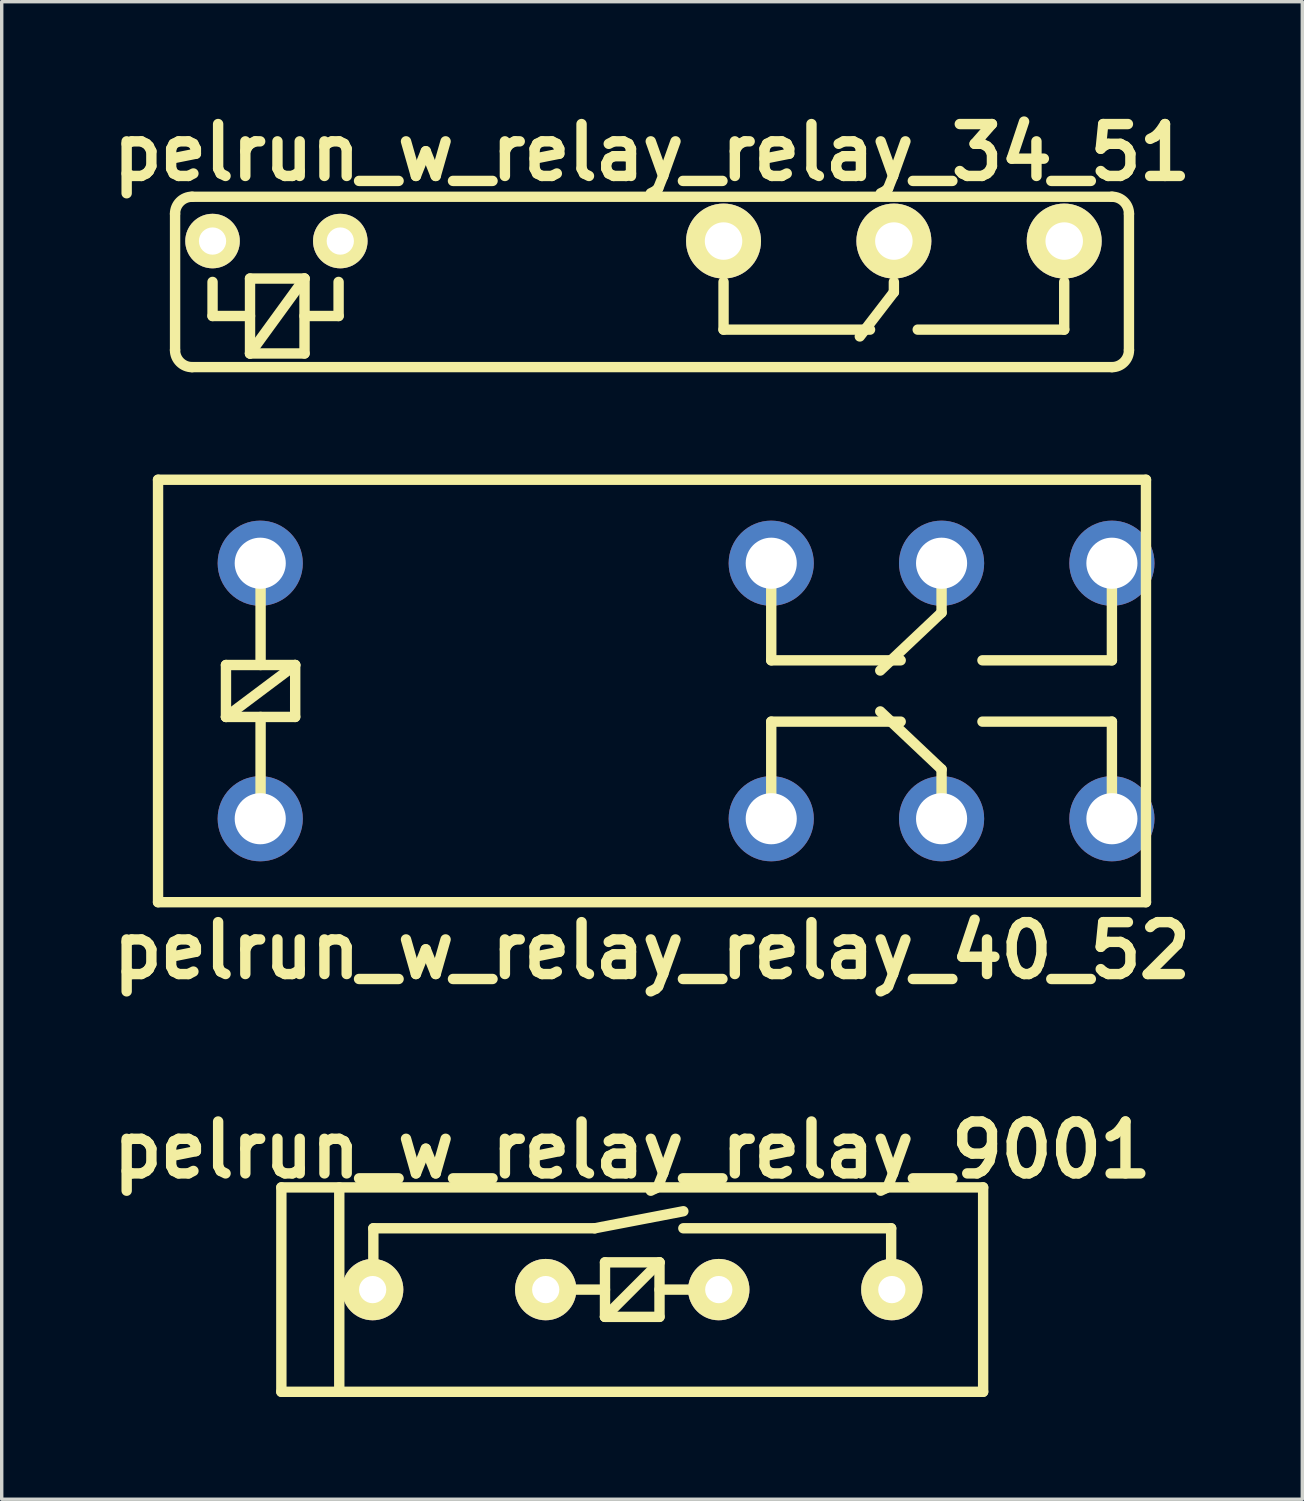
<source format=kicad_pcb>
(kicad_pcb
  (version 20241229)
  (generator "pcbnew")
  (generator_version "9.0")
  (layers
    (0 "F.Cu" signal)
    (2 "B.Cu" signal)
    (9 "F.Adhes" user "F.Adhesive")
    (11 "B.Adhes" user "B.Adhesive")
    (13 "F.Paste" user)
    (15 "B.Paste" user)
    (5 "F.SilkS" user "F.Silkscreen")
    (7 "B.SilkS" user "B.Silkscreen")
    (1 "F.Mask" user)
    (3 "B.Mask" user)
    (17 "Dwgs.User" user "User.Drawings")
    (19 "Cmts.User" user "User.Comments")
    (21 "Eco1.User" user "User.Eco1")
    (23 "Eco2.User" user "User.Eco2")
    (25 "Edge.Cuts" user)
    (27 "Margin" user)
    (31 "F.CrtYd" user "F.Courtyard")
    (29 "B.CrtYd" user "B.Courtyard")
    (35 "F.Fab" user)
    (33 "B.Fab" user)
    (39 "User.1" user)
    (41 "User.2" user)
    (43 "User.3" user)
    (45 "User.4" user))
  (footprint "pelrun_w_relay_relay_40_52"
    (layer "F.Cu")
    (at 16.089 17.233)
    (property "Reference" "pelrun_w_relay_relay_40_52" (at 0 7.62 0) (layer "F.SilkS") (effects (font (size 1.524 1.524) (thickness 0.305))))
    (attr through_hole)
    (fp_line (start -14.5 -6.2) (end -14.5 6.2) (stroke (width 0.305) (type solid)) (layer "F.SilkS"))
    (fp_line (start -14.5 -6.2) (end 14.5 -6.2) (stroke (width 0.305) (type solid)) (layer "F.SilkS"))
    (fp_line (start -14.5 6.2) (end 14.5 6.2) (stroke (width 0.305) (type solid)) (layer "F.SilkS"))
    (fp_line (start -12.506 -0.762) (end -10.474 -0.762) (stroke (width 0.305) (type solid)) (layer "F.SilkS"))
    (fp_line (start -12.506 0.762) (end -12.506 -0.762) (stroke (width 0.305) (type solid)) (layer "F.SilkS"))
    (fp_line (start -12.506 0.762) (end -10.474 -0.762) (stroke (width 0.305) (type solid)) (layer "F.SilkS"))
    (fp_line (start -11.49 -3.81) (end -11.49 -0.762) (stroke (width 0.305) (type solid)) (layer "F.SilkS"))
    (fp_line (start -11.49 3.81) (end -11.49 0.762) (stroke (width 0.305) (type solid)) (layer "F.SilkS"))
    (fp_line (start -10.474 -0.762) (end -10.474 0.762) (stroke (width 0.305) (type solid)) (layer "F.SilkS"))
    (fp_line (start -10.474 0.762) (end -12.506 0.762) (stroke (width 0.305) (type solid)) (layer "F.SilkS"))
    (fp_line (start 3.5 -3.7) (end 3.5 -0.9) (stroke (width 0.305) (type solid)) (layer "F.SilkS"))
    (fp_line (start 3.5 -0.9) (end 7.3 -0.9) (stroke (width 0.305) (type solid)) (layer "F.SilkS"))
    (fp_line (start 3.5 0.9) (end 7.3 0.9) (stroke (width 0.305) (type solid)) (layer "F.SilkS"))
    (fp_line (start 3.5 3.7) (end 3.5 0.9) (stroke (width 0.305) (type solid)) (layer "F.SilkS"))
    (fp_line (start 8.5 -3.7) (end 8.5 -2.3) (stroke (width 0.305) (type solid)) (layer "F.SilkS"))
    (fp_line (start 8.5 -2.3) (end 6.7 -0.6) (stroke (width 0.305) (type solid)) (layer "F.SilkS"))
    (fp_line (start 8.5 2.3) (end 6.7 0.6) (stroke (width 0.305) (type solid)) (layer "F.SilkS"))
    (fp_line (start 8.5 3.7) (end 8.5 2.3) (stroke (width 0.305) (type solid)) (layer "F.SilkS"))
    (fp_line (start 9.7 -0.9) (end 13.5 -0.9) (stroke (width 0.305) (type solid)) (layer "F.SilkS"))
    (fp_line (start 9.7 0.9) (end 13.5 0.9) (stroke (width 0.305) (type solid)) (layer "F.SilkS"))
    (fp_line (start 13.5 -3.7) (end 13.5 -0.9) (stroke (width 0.305) (type solid)) (layer "F.SilkS"))
    (fp_line (start 13.5 3.7) (end 13.5 0.9) (stroke (width 0.305) (type solid)) (layer "F.SilkS"))
    (fp_line (start 14.5 -6.2) (end 14.5 6.2) (stroke (width 0.305) (type solid)) (layer "F.SilkS"))
    (pad "1" thru_hole circle (at -11.5 3.75) (size 2.5 2.5) (drill 1.5) (layers "*.Cu" "*.Mask"))
    (pad "2" thru_hole circle (at -11.5 -3.75) (size 2.5 2.5) (drill 1.5) (layers "*.Cu" "*.Mask"))
    (pad "11" thru_hole circle (at 8.5 3.75) (size 2.5 2.5) (drill 1.5) (layers "*.Cu" "*.Mask"))
    (pad "12" thru_hole circle (at 3.5 3.75) (size 2.5 2.5) (drill 1.5) (layers "*.Cu" "*.Mask"))
    (pad "14" thru_hole circle (at 13.5 3.75) (size 2.5 2.5) (drill 1.5) (layers "*.Cu" "*.Mask"))
    (pad "21" thru_hole circle (at 8.5 -3.75) (size 2.5 2.5) (drill 1.5) (layers "*.Cu" "*.Mask"))
    (pad "22" thru_hole circle (at 3.5 -3.75) (size 2.5 2.5) (drill 1.5) (layers "*.Cu" "*.Mask"))
    (pad "24" thru_hole circle (at 13.5 -3.75) (size 2.5 2.5) (drill 1.5) (layers "*.Cu" "*.Mask")))
  (footprint "pelrun_w_relay_relay_9001"
    (layer "F.Cu")
    (at 15.509 34.805)
    (property "Reference" "pelrun_w_relay_relay_9001" (at 0 -4.1 0) (layer "F.SilkS") (effects (font (size 1.524 1.524) (thickness 0.305))))
    (attr through_hole)
    (fp_line (start -10.3 -3) (end -10.3 3) (stroke (width 0.305) (type solid)) (layer "F.SilkS"))
    (fp_line (start -10.3 -3) (end 10.3 -3) (stroke (width 0.305) (type solid)) (layer "F.SilkS"))
    (fp_line (start -10.3 3) (end 10.3 3) (stroke (width 0.305) (type solid)) (layer "F.SilkS"))
    (fp_line (start -8.6 -3) (end -8.6 3) (stroke (width 0.305) (type solid)) (layer "F.SilkS"))
    (fp_line (start -7.6 -1.8) (end -7.6 0) (stroke (width 0.305) (type solid)) (layer "F.SilkS"))
    (fp_line (start -7.6 -1.8) (end -1.1 -1.8) (stroke (width 0.305) (type solid)) (layer "F.SilkS"))
    (fp_line (start -2.5 0) (end -0.8 0) (stroke (width 0.305) (type solid)) (layer "F.SilkS"))
    (fp_line (start -1.1 -1.8) (end 1.5 -2.3) (stroke (width 0.305) (type solid)) (layer "F.SilkS"))
    (fp_line (start -0.8 -0.8) (end 0.8 -0.8) (stroke (width 0.305) (type solid)) (layer "F.SilkS"))
    (fp_line (start -0.8 0.8) (end -0.8 -0.8) (stroke (width 0.305) (type solid)) (layer "F.SilkS"))
    (fp_line (start -0.8 0.8) (end 0.8 -0.8) (stroke (width 0.305) (type solid)) (layer "F.SilkS"))
    (fp_line (start -0.8 0.8) (end 0.8 0.8) (stroke (width 0.305) (type solid)) (layer "F.SilkS"))
    (fp_line (start 0.8 -0.8) (end 0.8 0.8) (stroke (width 0.305) (type solid)) (layer "F.SilkS"))
    (fp_line (start 0.8 0) (end 2.5 0) (stroke (width 0.305) (type solid)) (layer "F.SilkS"))
    (fp_line (start 1.5 -1.8) (end 7.6 -1.8) (stroke (width 0.305) (type solid)) (layer "F.SilkS"))
    (fp_line (start 7.6 -1.8) (end 7.6 0) (stroke (width 0.305) (type solid)) (layer "F.SilkS"))
    (fp_line (start 10.3 -3) (end 10.3 3) (stroke (width 0.305) (type solid)) (layer "F.SilkS"))
    (pad "1" thru_hole circle (at -7.62 0) (size 1.8 1.8) (drill 0.8) (layers "*.Cu" "*.Mask" "F.SilkS"))
    (pad "3" thru_hole circle (at -2.54 0) (size 1.8 1.8) (drill 0.8) (layers "*.Cu" "*.Mask" "F.SilkS"))
    (pad "5" thru_hole circle (at 2.54 0) (size 1.8 1.8) (drill 0.8) (layers "*.Cu" "*.Mask" "F.SilkS"))
    (pad "7" thru_hole circle (at 7.62 0) (size 1.8 1.8) (drill 0.8) (layers "*.Cu" "*.Mask" "F.SilkS")))
  (footprint "pelrun_w_relay_relay_34_51"
    (layer "F.Cu")
    (at 16.089 5.226)
    (property "Reference" "pelrun_w_relay_relay_34_51" (at 0 -3.8 0) (layer "F.SilkS") (effects (font (size 1.524 1.524) (thickness 0.305))))
    (attr through_hole)
    (fp_line (start -14 -2) (end -14 2) (stroke (width 0.305) (type solid)) (layer "F.SilkS"))
    (fp_line (start -13.5 -2.5) (end 13.5 -2.5) (stroke (width 0.305) (type solid)) (layer "F.SilkS"))
    (fp_line (start -13.5 2.5) (end 13.5 2.5) (stroke (width 0.305) (type solid)) (layer "F.SilkS"))
    (fp_line (start -12.9 0) (end -12.9 1) (stroke (width 0.305) (type solid)) (layer "F.SilkS"))
    (fp_line (start -11.8 -0.1) (end -11.8 2.1) (stroke (width 0.305) (type solid)) (layer "F.SilkS"))
    (fp_line (start -11.8 1) (end -12.9 1) (stroke (width 0.305) (type solid)) (layer "F.SilkS"))
    (fp_line (start -11.8 2.1) (end -10.2 -0.1) (stroke (width 0.305) (type solid)) (layer "F.SilkS"))
    (fp_line (start -11.8 2.1) (end -10.2 2.1) (stroke (width 0.305) (type solid)) (layer "F.SilkS"))
    (fp_line (start -10.2 -0.1) (end -11.8 -0.1) (stroke (width 0.305) (type solid)) (layer "F.SilkS"))
    (fp_line (start -10.2 1) (end -9.2 1) (stroke (width 0.305) (type solid)) (layer "F.SilkS"))
    (fp_line (start -10.2 2.1) (end -10.2 -0.1) (stroke (width 0.305) (type solid)) (layer "F.SilkS"))
    (fp_line (start -9.2 0) (end -9.2 1) (stroke (width 0.305) (type solid)) (layer "F.SilkS"))
    (fp_line (start 2.1 0) (end 2.1 1.4) (stroke (width 0.305) (type solid)) (layer "F.SilkS"))
    (fp_line (start 2.1 1.4) (end 6.4 1.4) (stroke (width 0.305) (type solid)) (layer "F.SilkS"))
    (fp_line (start 7.1 0) (end 7.1 0.3) (stroke (width 0.305) (type solid)) (layer "F.SilkS"))
    (fp_line (start 7.1 0.3) (end 6.1 1.6) (stroke (width 0.305) (type solid)) (layer "F.SilkS"))
    (fp_line (start 7.8 1.4) (end 12.1 1.4) (stroke (width 0.305) (type solid)) (layer "F.SilkS"))
    (fp_line (start 12.1 0) (end 12.1 1.4) (stroke (width 0.305) (type solid)) (layer "F.SilkS"))
    (fp_line (start 14 -2) (end 14 2) (stroke (width 0.305) (type solid)) (layer "F.SilkS"))
    (fp_arc (start -14.0011 -2.00088) (mid -13.854542 -2.354702) (end -13.50072 -2.50126) (stroke (width 0.3048) (type solid)) (layer "F.SilkS"))
    (fp_arc (start -13.50088 2.5011) (mid -13.854702 2.354542) (end -14.00126 2.00072) (stroke (width 0.3048) (type solid)) (layer "F.SilkS"))
    (fp_arc (start 13.50072 -2.50126) (mid 13.854542 -2.354702) (end 14.0011 -2.00088) (stroke (width 0.3048) (type solid)) (layer "F.SilkS"))
    (fp_arc (start 14.0011 2.00088) (mid 13.854542 2.354702) (end 13.50072 2.50126) (stroke (width 0.3048) (type solid)) (layer "F.SilkS"))
    (pad "1" thru_hole circle (at -12.9 -1.2) (size 1.6 1.6) (drill 0.8) (layers "*.Cu" "*.Mask" "F.SilkS"))
    (pad "2" thru_hole circle (at -9.15 -1.2) (size 1.6 1.6) (drill 0.8) (layers "*.Cu" "*.Mask" "F.SilkS"))
    (pad "11" thru_hole circle (at 7.1 -1.2) (size 2.2 2.2) (drill 1.1) (layers "*.Cu" "*.Mask" "F.SilkS"))
    (pad "12" thru_hole circle (at 2.1 -1.2) (size 2.2 2.2) (drill 1.1) (layers "*.Cu" "*.Mask" "F.SilkS"))
    (pad "14" thru_hole circle (at 12.1 -1.2) (size 2.2 2.2) (drill 1.1) (layers "*.Cu" "*.Mask" "F.SilkS")))
  (gr_rect
    (start -3 -3)
    (end 35.178 40.958)
    (stroke (width 0.1) (type default))
    (fill no)
    (layer "Edge.Cuts")))
</source>
